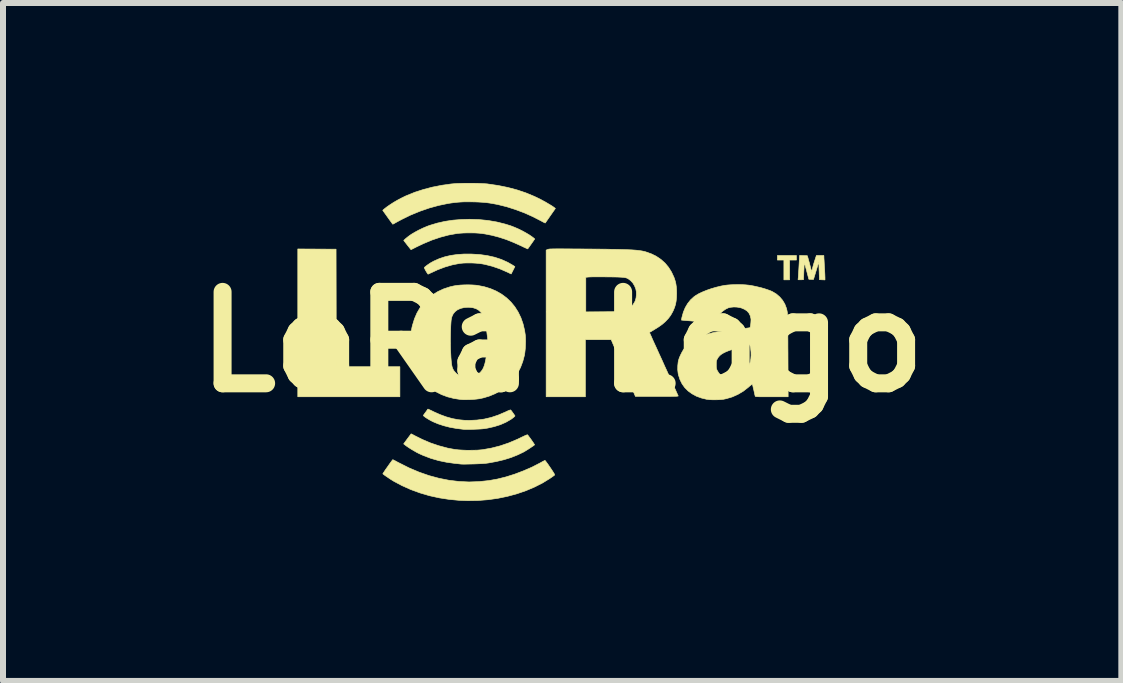
<source format=kicad_pcb>
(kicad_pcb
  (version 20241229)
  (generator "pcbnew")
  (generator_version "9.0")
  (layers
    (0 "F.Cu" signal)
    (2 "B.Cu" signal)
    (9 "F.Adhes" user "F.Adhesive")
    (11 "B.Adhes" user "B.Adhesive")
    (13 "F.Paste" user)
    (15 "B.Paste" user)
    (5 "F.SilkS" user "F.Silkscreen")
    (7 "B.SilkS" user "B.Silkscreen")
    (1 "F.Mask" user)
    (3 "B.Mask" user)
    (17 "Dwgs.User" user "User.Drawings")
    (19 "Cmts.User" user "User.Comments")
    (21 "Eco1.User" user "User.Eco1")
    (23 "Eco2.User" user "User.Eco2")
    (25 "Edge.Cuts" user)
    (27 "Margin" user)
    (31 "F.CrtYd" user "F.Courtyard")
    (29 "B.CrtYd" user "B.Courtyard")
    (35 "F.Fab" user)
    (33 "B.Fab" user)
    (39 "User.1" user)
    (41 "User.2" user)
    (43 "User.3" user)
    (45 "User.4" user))
  (footprint "LoRa Logo"
    (layer "F.Cu")
    (at 6.321 2.65)
    (property "Reference" "LoRa Logo" (at 0 0 0) (layer "F.SilkS") (effects (font (size 1.524 1.524) (thickness 0.3))))
    (attr through_hole)
    (fp_poly (pts (xy -4.088 -1.548) (xy -3.769 -1.546) (xy -3.767 -0.567) (xy -3.766 0.413) (xy -2.705 0.413) (xy -2.705 0.914) (xy -4.407 0.914) (xy -4.407 -1.55) (xy -4.088 -1.548)) (stroke (width 0.01) (type solid)) (fill yes) (layer "F.SilkS"))
    (fp_poly (pts (xy 3.905 -1.365) (xy 3.791 -1.365) (xy 3.791 -1.035) (xy 3.696 -1.035) (xy 3.696 -1.365) (xy 3.588 -1.365) (xy 3.588 -1.441) (xy 3.905 -1.441) (xy 3.905 -1.365)) (stroke (width 0.01) (type solid)) (fill yes) (layer "F.SilkS"))
    (fp_poly (pts (xy -1.512 -1.465) (xy -1.375 -1.457) (xy -1.247 -1.439) (xy -1.126 -1.412) (xy -1.014 -1.375) (xy -0.909 -1.328) (xy -0.827 -1.281) (xy -0.788 -1.256) (xy -0.85 -1.133) (xy -0.912 -1.163) (xy -1.038 -1.218) (xy -1.163 -1.261) (xy -1.289 -1.293) (xy -1.337 -1.302) (xy -1.39 -1.309) (xy -1.451 -1.314) (xy -1.516 -1.317) (xy -1.582 -1.317) (xy -1.644 -1.315) (xy -1.698 -1.31) (xy -1.708 -1.309) (xy -1.831 -1.285) (xy -1.955 -1.249) (xy -2.079 -1.202) (xy -2.139 -1.174) (xy -2.171 -1.159) (xy -2.198 -1.147) (xy -2.219 -1.137) (xy -2.232 -1.131) (xy -2.235 -1.13) (xy -2.241 -1.135) (xy -2.25 -1.149) (xy -2.263 -1.169) (xy -2.27 -1.181) (xy -2.283 -1.204) (xy -2.292 -1.223) (xy -2.297 -1.235) (xy -2.298 -1.238) (xy -2.29 -1.248) (xy -2.273 -1.262) (xy -2.25 -1.28) (xy -2.222 -1.299) (xy -2.192 -1.319) (xy -2.161 -1.336) (xy -2.137 -1.349) (xy -2.049 -1.388) (xy -1.956 -1.419) (xy -1.858 -1.442) (xy -1.753 -1.457) (xy -1.641 -1.465) (xy -1.518 -1.465) (xy -1.512 -1.465)) (stroke (width 0.01) (type solid)) (fill yes) (layer "F.SilkS"))
    (fp_poly (pts (xy -1.388 -2.04) (xy -1.237 -2.025) (xy -1.092 -2) (xy -0.951 -1.965) (xy -0.858 -1.936) (xy -0.796 -1.912) (xy -0.731 -1.884) (xy -0.666 -1.852) (xy -0.604 -1.818) (xy -0.547 -1.784) (xy -0.498 -1.75) (xy -0.475 -1.732) (xy -0.457 -1.717) (xy -0.514 -1.635) (xy -0.534 -1.607) (xy -0.551 -1.583) (xy -0.564 -1.565) (xy -0.572 -1.554) (xy -0.574 -1.551) (xy -0.58 -1.553) (xy -0.595 -1.56) (xy -0.619 -1.571) (xy -0.648 -1.584) (xy -0.68 -1.6) (xy -0.809 -1.658) (xy -0.931 -1.707) (xy -1.051 -1.746) (xy -1.168 -1.777) (xy -1.285 -1.8) (xy -1.333 -1.807) (xy -1.387 -1.813) (xy -1.448 -1.817) (xy -1.515 -1.818) (xy -1.584 -1.818) (xy -1.649 -1.816) (xy -1.71 -1.812) (xy -1.752 -1.808) (xy -1.891 -1.783) (xy -2.031 -1.746) (xy -2.173 -1.698) (xy -2.318 -1.637) (xy -2.429 -1.584) (xy -2.52 -1.538) (xy -2.581 -1.615) (xy -2.641 -1.692) (xy -2.608 -1.723) (xy -2.565 -1.758) (xy -2.513 -1.795) (xy -2.452 -1.831) (xy -2.387 -1.866) (xy -2.318 -1.899) (xy -2.249 -1.928) (xy -2.208 -1.943) (xy -2.082 -1.981) (xy -1.953 -2.01) (xy -1.82 -2.03) (xy -1.68 -2.041) (xy -1.546 -2.045) (xy -1.388 -2.04)) (stroke (width 0.01) (type solid)) (fill yes) (layer "F.SilkS"))
    (fp_poly (pts (xy -2.232 1.121) (xy -2.217 1.128) (xy -2.194 1.138) (xy -2.165 1.152) (xy -2.139 1.165) (xy -2.033 1.212) (xy -1.932 1.249) (xy -1.832 1.277) (xy -1.732 1.296) (xy -1.63 1.306) (xy -1.545 1.308) (xy -1.421 1.302) (xy -1.3 1.286) (xy -1.181 1.258) (xy -1.063 1.218) (xy -0.946 1.168) (xy -0.917 1.154) (xy -0.892 1.143) (xy -0.872 1.136) (xy -0.862 1.133) (xy -0.86 1.133) (xy -0.854 1.139) (xy -0.842 1.153) (xy -0.828 1.173) (xy -0.82 1.184) (xy -0.786 1.233) (xy -0.801 1.249) (xy -0.814 1.26) (xy -0.833 1.275) (xy -0.855 1.291) (xy -0.857 1.292) (xy -0.939 1.339) (xy -1.03 1.379) (xy -1.132 1.411) (xy -1.242 1.436) (xy -1.297 1.445) (xy -1.323 1.448) (xy -1.358 1.451) (xy -1.4 1.453) (xy -1.446 1.455) (xy -1.494 1.457) (xy -1.539 1.458) (xy -1.581 1.458) (xy -1.615 1.458) (xy -1.64 1.457) (xy -1.641 1.457) (xy -1.763 1.442) (xy -1.874 1.422) (xy -1.975 1.396) (xy -2.069 1.365) (xy -2.15 1.331) (xy -2.184 1.314) (xy -2.217 1.296) (xy -2.248 1.277) (xy -2.275 1.26) (xy -2.296 1.244) (xy -2.31 1.232) (xy -2.314 1.225) (xy -2.314 1.224) (xy -2.308 1.216) (xy -2.297 1.2) (xy -2.281 1.178) (xy -2.263 1.154) (xy -2.245 1.128) (xy -2.238 1.119) (xy -2.232 1.121)) (stroke (width 0.01) (type solid)) (fill yes) (layer "F.SilkS"))
    (fp_poly (pts (xy -2.817 1.965) (xy -2.801 1.973) (xy -2.777 1.985) (xy -2.748 2.001) (xy -2.717 2.017) (xy -2.552 2.1) (xy -2.386 2.17) (xy -2.22 2.228) (xy -2.053 2.273) (xy -1.886 2.306) (xy -1.719 2.326) (xy -1.552 2.334) (xy -1.386 2.328) (xy -1.222 2.311) (xy -1.081 2.286) (xy -0.937 2.25) (xy -0.791 2.204) (xy -0.646 2.149) (xy -0.503 2.087) (xy -0.367 2.017) (xy -0.342 2.003) (xy -0.319 1.99) (xy -0.3 1.981) (xy -0.289 1.975) (xy -0.286 1.975) (xy -0.281 1.98) (xy -0.27 1.994) (xy -0.254 2.016) (xy -0.234 2.043) (xy -0.212 2.076) (xy -0.2 2.093) (xy -0.173 2.133) (xy -0.153 2.164) (xy -0.139 2.186) (xy -0.13 2.202) (xy -0.126 2.213) (xy -0.127 2.219) (xy -0.127 2.22) (xy -0.135 2.226) (xy -0.151 2.238) (xy -0.174 2.254) (xy -0.2 2.272) (xy -0.205 2.276) (xy -0.331 2.353) (xy -0.466 2.421) (xy -0.608 2.481) (xy -0.758 2.532) (xy -0.913 2.574) (xy -1.073 2.607) (xy -1.237 2.63) (xy -1.404 2.643) (xy -1.573 2.646) (xy -1.711 2.641) (xy -1.881 2.625) (xy -2.049 2.599) (xy -2.213 2.563) (xy -2.372 2.516) (xy -2.525 2.46) (xy -2.67 2.395) (xy -2.804 2.324) (xy -2.83 2.308) (xy -2.859 2.29) (xy -2.889 2.27) (xy -2.918 2.25) (xy -2.945 2.232) (xy -2.967 2.216) (xy -2.982 2.204) (xy -2.989 2.198) (xy -2.989 2.197) (xy -2.984 2.188) (xy -2.973 2.172) (xy -2.958 2.149) (xy -2.94 2.122) (xy -2.919 2.093) (xy -2.898 2.063) (xy -2.877 2.033) (xy -2.858 2.007) (xy -2.842 1.985) (xy -2.83 1.97) (xy -2.824 1.963) (xy -2.824 1.962) (xy -2.817 1.965)) (stroke (width 0.01) (type solid)) (fill yes) (layer "F.SilkS"))
    (fp_poly (pts (xy 4.022 -1.44) (xy 4.086 -1.438) (xy 4.098 -1.4) (xy 4.103 -1.38) (xy 4.111 -1.351) (xy 4.121 -1.317) (xy 4.13 -1.28) (xy 4.134 -1.267) (xy 4.158 -1.172) (xy 4.166 -1.201) (xy 4.179 -1.252) (xy 4.191 -1.295) (xy 4.203 -1.334) (xy 4.216 -1.374) (xy 4.217 -1.378) (xy 4.238 -1.441) (xy 4.362 -1.441) (xy 4.363 -1.424) (xy 4.363 -1.413) (xy 4.364 -1.391) (xy 4.366 -1.361) (xy 4.368 -1.323) (xy 4.37 -1.281) (xy 4.372 -1.251) (xy 4.375 -1.206) (xy 4.377 -1.163) (xy 4.379 -1.126) (xy 4.38 -1.095) (xy 4.381 -1.073) (xy 4.381 -1.065) (xy 4.381 -1.034) (xy 4.335 -1.036) (xy 4.289 -1.038) (xy 4.285 -1.133) (xy 4.284 -1.173) (xy 4.282 -1.213) (xy 4.281 -1.249) (xy 4.28 -1.278) (xy 4.28 -1.283) (xy 4.279 -1.306) (xy 4.278 -1.323) (xy 4.277 -1.33) (xy 4.277 -1.33) (xy 4.274 -1.323) (xy 4.269 -1.305) (xy 4.261 -1.278) (xy 4.251 -1.245) (xy 4.239 -1.206) (xy 4.232 -1.182) (xy 4.189 -1.041) (xy 4.151 -1.043) (xy 4.112 -1.045) (xy 4.082 -1.159) (xy 4.072 -1.197) (xy 4.062 -1.234) (xy 4.053 -1.265) (xy 4.047 -1.289) (xy 4.044 -1.302) (xy 4.041 -1.31) (xy 4.039 -1.313) (xy 4.037 -1.31) (xy 4.036 -1.3) (xy 4.034 -1.281) (xy 4.032 -1.252) (xy 4.031 -1.213) (xy 4.029 -1.184) (xy 4.023 -1.038) (xy 3.976 -1.036) (xy 3.952 -1.036) (xy 3.939 -1.036) (xy 3.933 -1.039) (xy 3.932 -1.044) (xy 3.933 -1.046) (xy 3.934 -1.055) (xy 3.936 -1.075) (xy 3.938 -1.104) (xy 3.94 -1.141) (xy 3.943 -1.184) (xy 3.946 -1.232) (xy 3.947 -1.25) (xy 3.958 -1.442) (xy 4.022 -1.44)) (stroke (width 0.01) (type solid)) (fill yes) (layer "F.SilkS"))
    (fp_poly (pts (xy -1.486 -2.645) (xy -1.417 -2.644) (xy -1.354 -2.641) (xy -1.297 -2.638) (xy -1.25 -2.635) (xy -1.238 -2.633) (xy -1.067 -2.608) (xy -0.905 -2.575) (xy -0.751 -2.534) (xy -0.605 -2.485) (xy -0.465 -2.427) (xy -0.365 -2.379) (xy -0.325 -2.357) (xy -0.282 -2.334) (xy -0.24 -2.309) (xy -0.201 -2.286) (xy -0.167 -2.265) (xy -0.141 -2.247) (xy -0.129 -2.238) (xy -0.113 -2.225) (xy -0.197 -2.105) (xy -0.221 -2.07) (xy -0.242 -2.04) (xy -0.26 -2.014) (xy -0.273 -1.995) (xy -0.281 -1.984) (xy -0.283 -1.982) (xy -0.288 -1.985) (xy -0.303 -1.992) (xy -0.325 -2.003) (xy -0.35 -2.017) (xy -0.488 -2.088) (xy -0.631 -2.152) (xy -0.778 -2.207) (xy -0.925 -2.254) (xy -1.07 -2.29) (xy -1.084 -2.293) (xy -1.149 -2.305) (xy -1.208 -2.315) (xy -1.266 -2.323) (xy -1.326 -2.328) (xy -1.391 -2.332) (xy -1.465 -2.335) (xy -1.484 -2.335) (xy -1.56 -2.336) (xy -1.627 -2.336) (xy -1.687 -2.333) (xy -1.743 -2.329) (xy -1.8 -2.323) (xy -1.859 -2.315) (xy -1.904 -2.308) (xy -2.058 -2.276) (xy -2.215 -2.233) (xy -2.371 -2.179) (xy -2.525 -2.116) (xy -2.676 -2.042) (xy -2.758 -1.998) (xy -2.783 -1.984) (xy -2.804 -1.972) (xy -2.818 -1.965) (xy -2.823 -1.962) (xy -2.827 -1.967) (xy -2.838 -1.981) (xy -2.853 -2.002) (xy -2.873 -2.029) (xy -2.896 -2.061) (xy -2.908 -2.078) (xy -2.991 -2.194) (xy -2.97 -2.213) (xy -2.926 -2.248) (xy -2.873 -2.285) (xy -2.813 -2.324) (xy -2.748 -2.362) (xy -2.68 -2.398) (xy -2.613 -2.431) (xy -2.59 -2.441) (xy -2.454 -2.496) (xy -2.311 -2.542) (xy -2.162 -2.581) (xy -2.003 -2.612) (xy -1.854 -2.633) (xy -1.81 -2.637) (xy -1.756 -2.641) (xy -1.694 -2.643) (xy -1.626 -2.645) (xy -1.556 -2.645) (xy -1.486 -2.645)) (stroke (width 0.01) (type solid)) (fill yes) (layer "F.SilkS"))
    (fp_poly (pts (xy -2.512 1.534) (xy -2.498 1.541) (xy -2.477 1.552) (xy -2.457 1.563) (xy -2.328 1.627) (xy -2.194 1.684) (xy -2.058 1.73) (xy -1.923 1.766) (xy -1.918 1.768) (xy -1.851 1.781) (xy -1.789 1.792) (xy -1.728 1.799) (xy -1.664 1.803) (xy -1.593 1.806) (xy -1.543 1.806) (xy -1.475 1.805) (xy -1.418 1.804) (xy -1.369 1.8) (xy -1.325 1.796) (xy -1.321 1.795) (xy -1.176 1.769) (xy -1.032 1.732) (xy -0.889 1.683) (xy -0.745 1.622) (xy -0.677 1.589) (xy -0.645 1.574) (xy -0.618 1.561) (xy -0.596 1.552) (xy -0.582 1.548) (xy -0.578 1.547) (xy -0.567 1.56) (xy -0.553 1.579) (xy -0.535 1.603) (xy -0.517 1.628) (xy -0.499 1.654) (xy -0.483 1.677) (xy -0.47 1.697) (xy -0.462 1.71) (xy -0.46 1.714) (xy -0.467 1.721) (xy -0.483 1.733) (xy -0.506 1.748) (xy -0.532 1.766) (xy -0.561 1.785) (xy -0.59 1.803) (xy -0.616 1.819) (xy -0.638 1.832) (xy -0.641 1.834) (xy -0.741 1.882) (xy -0.851 1.926) (xy -0.97 1.963) (xy -1.096 1.993) (xy -1.227 2.017) (xy -1.27 2.023) (xy -1.296 2.025) (xy -1.332 2.028) (xy -1.375 2.03) (xy -1.422 2.032) (xy -1.472 2.034) (xy -1.523 2.035) (xy -1.571 2.036) (xy -1.615 2.037) (xy -1.653 2.037) (xy -1.682 2.036) (xy -1.695 2.035) (xy -1.711 2.033) (xy -1.735 2.03) (xy -1.765 2.027) (xy -1.788 2.025) (xy -1.924 2.006) (xy -2.059 1.978) (xy -2.19 1.94) (xy -2.314 1.893) (xy -2.381 1.863) (xy -2.423 1.842) (xy -2.468 1.816) (xy -2.514 1.789) (xy -2.558 1.761) (xy -2.596 1.735) (xy -2.625 1.713) (xy -2.642 1.699) (xy -2.581 1.616) (xy -2.56 1.588) (xy -2.542 1.564) (xy -2.528 1.546) (xy -2.52 1.534) (xy -2.518 1.532) (xy -2.512 1.534)) (stroke (width 0.01) (type solid)) (fill yes) (layer "F.SilkS"))
    (fp_poly (pts (xy -1.499 -0.95) (xy -1.44 -0.946) (xy -1.414 -0.943) (xy -1.301 -0.921) (xy -1.196 -0.889) (xy -1.098 -0.847) (xy -1.008 -0.795) (xy -0.926 -0.734) (xy -0.853 -0.664) (xy -0.789 -0.586) (xy -0.734 -0.499) (xy -0.688 -0.404) (xy -0.652 -0.301) (xy -0.626 -0.191) (xy -0.615 -0.118) (xy -0.611 -0.068) (xy -0.61 -0.01) (xy -0.612 0.051) (xy -0.615 0.113) (xy -0.621 0.17) (xy -0.628 0.218) (xy -0.656 0.324) (xy -0.694 0.425) (xy -0.742 0.518) (xy -0.799 0.604) (xy -0.866 0.682) (xy -0.942 0.751) (xy -1.026 0.811) (xy -1.117 0.862) (xy -1.216 0.903) (xy -1.321 0.934) (xy -1.383 0.947) (xy -1.43 0.953) (xy -1.485 0.958) (xy -1.542 0.961) (xy -1.599 0.962) (xy -1.651 0.962) (xy -1.694 0.959) (xy -1.805 0.942) (xy -1.911 0.915) (xy -2.01 0.878) (xy -2.101 0.832) (xy -2.166 0.79) (xy -2.202 0.761) (xy -2.242 0.725) (xy -2.281 0.686) (xy -2.318 0.645) (xy -2.35 0.607) (xy -2.365 0.586) (xy -2.418 0.495) (xy -2.46 0.4) (xy -2.492 0.299) (xy -2.513 0.192) (xy -2.524 0.078) (xy -2.525 0.05) (xy -2.526 -0.032) (xy -2.526 -0.04) (xy -1.863 -0.04) (xy -1.863 0.019) (xy -1.862 0.076) (xy -1.861 0.127) (xy -1.861 0.127) (xy -1.857 0.199) (xy -1.854 0.259) (xy -1.85 0.309) (xy -1.846 0.351) (xy -1.841 0.385) (xy -1.835 0.413) (xy -1.827 0.437) (xy -1.818 0.458) (xy -1.807 0.476) (xy -1.798 0.489) (xy -1.764 0.526) (xy -1.72 0.555) (xy -1.671 0.575) (xy -1.616 0.587) (xy -1.559 0.589) (xy -1.501 0.581) (xy -1.499 0.581) (xy -1.442 0.561) (xy -1.393 0.531) (xy -1.365 0.507) (xy -1.345 0.484) (xy -1.327 0.459) (xy -1.312 0.43) (xy -1.299 0.396) (xy -1.287 0.356) (xy -1.276 0.307) (xy -1.266 0.249) (xy -1.257 0.181) (xy -1.252 0.143) (xy -1.235 0.003) (xy -1.249 -0.108) (xy -1.258 -0.18) (xy -1.267 -0.241) (xy -1.275 -0.291) (xy -1.284 -0.334) (xy -1.293 -0.37) (xy -1.302 -0.4) (xy -1.312 -0.426) (xy -1.32 -0.443) (xy -1.35 -0.489) (xy -1.387 -0.526) (xy -1.433 -0.553) (xy -1.486 -0.57) (xy -1.548 -0.577) (xy -1.568 -0.578) (xy -1.635 -0.573) (xy -1.693 -0.559) (xy -1.743 -0.537) (xy -1.784 -0.506) (xy -1.816 -0.468) (xy -1.838 -0.421) (xy -1.847 -0.384) (xy -1.851 -0.357) (xy -1.854 -0.319) (xy -1.857 -0.272) (xy -1.859 -0.219) (xy -1.861 -0.162) (xy -1.862 -0.101) (xy -1.863 -0.04) (xy -2.526 -0.04) (xy -2.523 -0.105) (xy -2.516 -0.174) (xy -2.504 -0.242) (xy -2.494 -0.282) (xy -2.462 -0.386) (xy -2.42 -0.483) (xy -2.368 -0.572) (xy -2.307 -0.653) (xy -2.237 -0.724) (xy -2.158 -0.787) (xy -2.071 -0.84) (xy -1.976 -0.884) (xy -1.873 -0.918) (xy -1.805 -0.934) (xy -1.754 -0.942) (xy -1.694 -0.948) (xy -1.629 -0.951) (xy -1.563 -0.952) (xy -1.499 -0.95)) (stroke (width 0.01) (type solid)) (fill yes) (layer "F.SilkS"))
    (fp_poly (pts (xy -0.001 -1.552) (xy 0.058 -1.551) (xy 0.127 -1.551) (xy 0.206 -1.55) (xy 0.296 -1.55) (xy 0.397 -1.549) (xy 0.522 -1.548) (xy 0.635 -1.547) (xy 0.737 -1.546) (xy 0.829 -1.544) (xy 0.91 -1.543) (xy 0.983 -1.541) (xy 1.048 -1.539) (xy 1.104 -1.537) (xy 1.154 -1.535) (xy 1.198 -1.532) (xy 1.237 -1.529) (xy 1.271 -1.525) (xy 1.301 -1.521) (xy 1.328 -1.517) (xy 1.353 -1.512) (xy 1.376 -1.507) (xy 1.395 -1.501) (xy 1.488 -1.468) (xy 1.572 -1.426) (xy 1.648 -1.374) (xy 1.716 -1.313) (xy 1.774 -1.243) (xy 1.823 -1.165) (xy 1.863 -1.079) (xy 1.869 -1.064) (xy 1.885 -1.014) (xy 1.896 -0.967) (xy 1.903 -0.918) (xy 1.907 -0.864) (xy 1.908 -0.81) (xy 1.906 -0.741) (xy 1.9 -0.682) (xy 1.89 -0.628) (xy 1.874 -0.576) (xy 1.852 -0.523) (xy 1.841 -0.501) (xy 1.809 -0.444) (xy 1.77 -0.392) (xy 1.723 -0.342) (xy 1.668 -0.294) (xy 1.602 -0.247) (xy 1.539 -0.208) (xy 1.455 -0.158) (xy 1.483 -0.096) (xy 1.49 -0.081) (xy 1.501 -0.055) (xy 1.517 -0.019) (xy 1.537 0.025) (xy 1.561 0.076) (xy 1.587 0.134) (xy 1.616 0.198) (xy 1.647 0.265) (xy 1.679 0.336) (xy 1.712 0.41) (xy 1.721 0.429) (xy 1.754 0.501) (xy 1.785 0.57) (xy 1.814 0.635) (xy 1.842 0.695) (xy 1.866 0.749) (xy 1.888 0.796) (xy 1.905 0.835) (xy 1.919 0.866) (xy 1.929 0.888) (xy 1.934 0.899) (xy 1.935 0.9) (xy 1.933 0.902) (xy 1.926 0.903) (xy 1.913 0.905) (xy 1.893 0.906) (xy 1.865 0.906) (xy 1.828 0.907) (xy 1.782 0.908) (xy 1.725 0.908) (xy 1.657 0.908) (xy 1.58 0.908) (xy 1.221 0.908) (xy 1.019 0.435) (xy 0.817 -0.038) (xy 0.387 -0.038) (xy 0.387 0.914) (xy -0.267 0.914) (xy -0.267 -1.078) (xy 0.394 -1.078) (xy 0.394 -0.501) (xy 0.7 -0.503) (xy 0.772 -0.504) (xy 0.832 -0.504) (xy 0.882 -0.505) (xy 0.923 -0.506) (xy 0.956 -0.507) (xy 0.982 -0.508) (xy 1.001 -0.51) (xy 1.017 -0.511) (xy 1.028 -0.513) (xy 1.037 -0.516) (xy 1.039 -0.516) (xy 1.09 -0.54) (xy 1.137 -0.573) (xy 1.177 -0.616) (xy 1.208 -0.665) (xy 1.22 -0.691) (xy 1.232 -0.736) (xy 1.237 -0.787) (xy 1.236 -0.839) (xy 1.227 -0.886) (xy 1.226 -0.887) (xy 1.206 -0.937) (xy 1.178 -0.983) (xy 1.143 -1.021) (xy 1.125 -1.035) (xy 1.11 -1.046) (xy 1.097 -1.055) (xy 1.083 -1.062) (xy 1.067 -1.068) (xy 1.049 -1.072) (xy 1.027 -1.076) (xy 1 -1.078) (xy 0.966 -1.08) (xy 0.924 -1.082) (xy 0.873 -1.083) (xy 0.811 -1.084) (xy 0.764 -1.084) (xy 0.705 -1.085) (xy 0.648 -1.085) (xy 0.595 -1.085) (xy 0.547 -1.085) (xy 0.506 -1.085) (xy 0.473 -1.084) (xy 0.452 -1.083) (xy 0.448 -1.083) (xy 0.394 -1.078) (xy -0.267 -1.078) (xy -0.267 -1.531) (xy -0.24 -1.542) (xy -0.235 -1.544) (xy -0.229 -1.546) (xy -0.221 -1.547) (xy -0.21 -1.549) (xy -0.197 -1.55) (xy -0.179 -1.55) (xy -0.156 -1.551) (xy -0.128 -1.551) (xy -0.093 -1.552) (xy -0.051 -1.552) (xy -0.001 -1.552)) (stroke (width 0.01) (type solid)) (fill yes) (layer "F.SilkS"))
    (fp_poly (pts (xy 2.996 -0.955) (xy 3.054 -0.952) (xy 3.105 -0.947) (xy 3.129 -0.944) (xy 3.19 -0.933) (xy 3.253 -0.919) (xy 3.316 -0.904) (xy 3.375 -0.887) (xy 3.429 -0.869) (xy 3.475 -0.852) (xy 3.502 -0.84) (xy 3.569 -0.8) (xy 3.626 -0.751) (xy 3.674 -0.695) (xy 3.712 -0.631) (xy 3.739 -0.56) (xy 3.747 -0.526) (xy 3.749 -0.516) (xy 3.751 -0.506) (xy 3.753 -0.495) (xy 3.754 -0.483) (xy 3.756 -0.467) (xy 3.757 -0.449) (xy 3.758 -0.426) (xy 3.758 -0.399) (xy 3.759 -0.366) (xy 3.76 -0.326) (xy 3.76 -0.28) (xy 3.761 -0.225) (xy 3.762 -0.162) (xy 3.762 -0.09) (xy 3.763 -0.007) (xy 3.763 0.087) (xy 3.764 0.192) (xy 3.764 0.224) (xy 3.767 0.914) (xy 3.494 0.914) (xy 3.428 0.914) (xy 3.373 0.914) (xy 3.329 0.914) (xy 3.294 0.914) (xy 3.267 0.913) (xy 3.248 0.912) (xy 3.234 0.911) (xy 3.225 0.909) (xy 3.22 0.907) (xy 3.218 0.905) (xy 3.217 0.903) (xy 3.215 0.893) (xy 3.21 0.874) (xy 3.204 0.846) (xy 3.197 0.814) (xy 3.194 0.8) (xy 3.186 0.768) (xy 3.18 0.74) (xy 3.175 0.719) (xy 3.172 0.707) (xy 3.171 0.706) (xy 3.164 0.707) (xy 3.149 0.717) (xy 3.124 0.737) (xy 3.099 0.759) (xy 3.018 0.822) (xy 2.93 0.874) (xy 2.836 0.916) (xy 2.739 0.945) (xy 2.688 0.956) (xy 2.651 0.96) (xy 2.606 0.963) (xy 2.556 0.964) (xy 2.506 0.964) (xy 2.459 0.962) (xy 2.419 0.957) (xy 2.408 0.956) (xy 2.318 0.934) (xy 2.237 0.904) (xy 2.164 0.864) (xy 2.099 0.817) (xy 2.044 0.762) (xy 1.999 0.699) (xy 1.964 0.629) (xy 1.939 0.552) (xy 1.933 0.524) (xy 1.926 0.463) (xy 1.927 0.397) (xy 1.929 0.378) (xy 2.569 0.378) (xy 2.569 0.41) (xy 2.571 0.434) (xy 2.575 0.452) (xy 2.582 0.47) (xy 2.583 0.473) (xy 2.611 0.519) (xy 2.646 0.556) (xy 2.678 0.577) (xy 2.726 0.597) (xy 2.774 0.608) (xy 2.825 0.608) (xy 2.88 0.598) (xy 2.887 0.597) (xy 2.948 0.575) (xy 3.002 0.543) (xy 3.048 0.501) (xy 3.087 0.449) (xy 3.117 0.388) (xy 3.137 0.328) (xy 3.145 0.28) (xy 3.149 0.225) (xy 3.148 0.168) (xy 3.142 0.113) (xy 3.138 0.092) (xy 3.132 0.067) (xy 3.128 0.052) (xy 3.123 0.045) (xy 3.117 0.043) (xy 3.115 0.043) (xy 3.101 0.047) (xy 3.077 0.053) (xy 3.045 0.062) (xy 3.008 0.073) (xy 2.967 0.085) (xy 2.925 0.098) (xy 2.884 0.11) (xy 2.847 0.122) (xy 2.814 0.133) (xy 2.789 0.141) (xy 2.781 0.144) (xy 2.728 0.165) (xy 2.686 0.186) (xy 2.652 0.207) (xy 2.625 0.229) (xy 2.603 0.255) (xy 2.587 0.281) (xy 2.579 0.297) (xy 2.573 0.312) (xy 2.57 0.329) (xy 2.569 0.351) (xy 2.569 0.378) (xy 1.929 0.378) (xy 1.934 0.332) (xy 1.94 0.305) (xy 1.953 0.264) (xy 1.973 0.219) (xy 1.996 0.173) (xy 2.021 0.13) (xy 2.047 0.095) (xy 2.048 0.093) (xy 2.102 0.037) (xy 2.167 -0.014) (xy 2.242 -0.059) (xy 2.326 -0.098) (xy 2.418 -0.13) (xy 2.517 -0.155) (xy 2.53 -0.158) (xy 2.584 -0.168) (xy 2.644 -0.178) (xy 2.712 -0.187) (xy 2.79 -0.197) (xy 2.878 -0.208) (xy 2.948 -0.215) (xy 2.994 -0.22) (xy 3.036 -0.225) (xy 3.072 -0.229) (xy 3.101 -0.233) (xy 3.12 -0.236) (xy 3.129 -0.237) (xy 3.13 -0.238) (xy 3.134 -0.246) (xy 3.138 -0.264) (xy 3.142 -0.289) (xy 3.145 -0.317) (xy 3.147 -0.345) (xy 3.148 -0.37) (xy 3.147 -0.386) (xy 3.135 -0.437) (xy 3.114 -0.48) (xy 3.082 -0.516) (xy 3.04 -0.544) (xy 2.988 -0.566) (xy 2.965 -0.572) (xy 2.914 -0.581) (xy 2.861 -0.583) (xy 2.81 -0.578) (xy 2.771 -0.569) (xy 2.727 -0.548) (xy 2.682 -0.517) (xy 2.637 -0.478) (xy 2.596 -0.432) (xy 2.56 -0.381) (xy 2.549 -0.362) (xy 2.525 -0.319) (xy 2.499 -0.322) (xy 2.487 -0.323) (xy 2.464 -0.325) (xy 2.431 -0.327) (xy 2.391 -0.331) (xy 2.344 -0.334) (xy 2.292 -0.339) (xy 2.237 -0.343) (xy 2.232 -0.343) (xy 2.179 -0.347) (xy 2.129 -0.352) (xy 2.084 -0.355) (xy 2.047 -0.358) (xy 2.018 -0.361) (xy 1.998 -0.363) (xy 1.99 -0.364) (xy 1.989 -0.364) (xy 1.99 -0.371) (xy 1.992 -0.387) (xy 1.996 -0.409) (xy 1.997 -0.412) (xy 2.02 -0.496) (xy 2.052 -0.573) (xy 2.093 -0.642) (xy 2.141 -0.702) (xy 2.197 -0.753) (xy 2.222 -0.771) (xy 2.275 -0.803) (xy 2.339 -0.833) (xy 2.41 -0.862) (xy 2.488 -0.889) (xy 2.568 -0.912) (xy 2.65 -0.932) (xy 2.715 -0.944) (xy 2.759 -0.949) (xy 2.812 -0.953) (xy 2.872 -0.955) (xy 2.934 -0.956) (xy 2.996 -0.955)) (stroke (width 0.01) (type solid)) (fill yes) (layer "F.SilkS")))
  (gr_rect
    (start -3 -3)
    (end 15.642 8.301)
    (stroke (width 0.1) (type default))
    (fill no)
    (layer "Edge.Cuts")))
</source>
